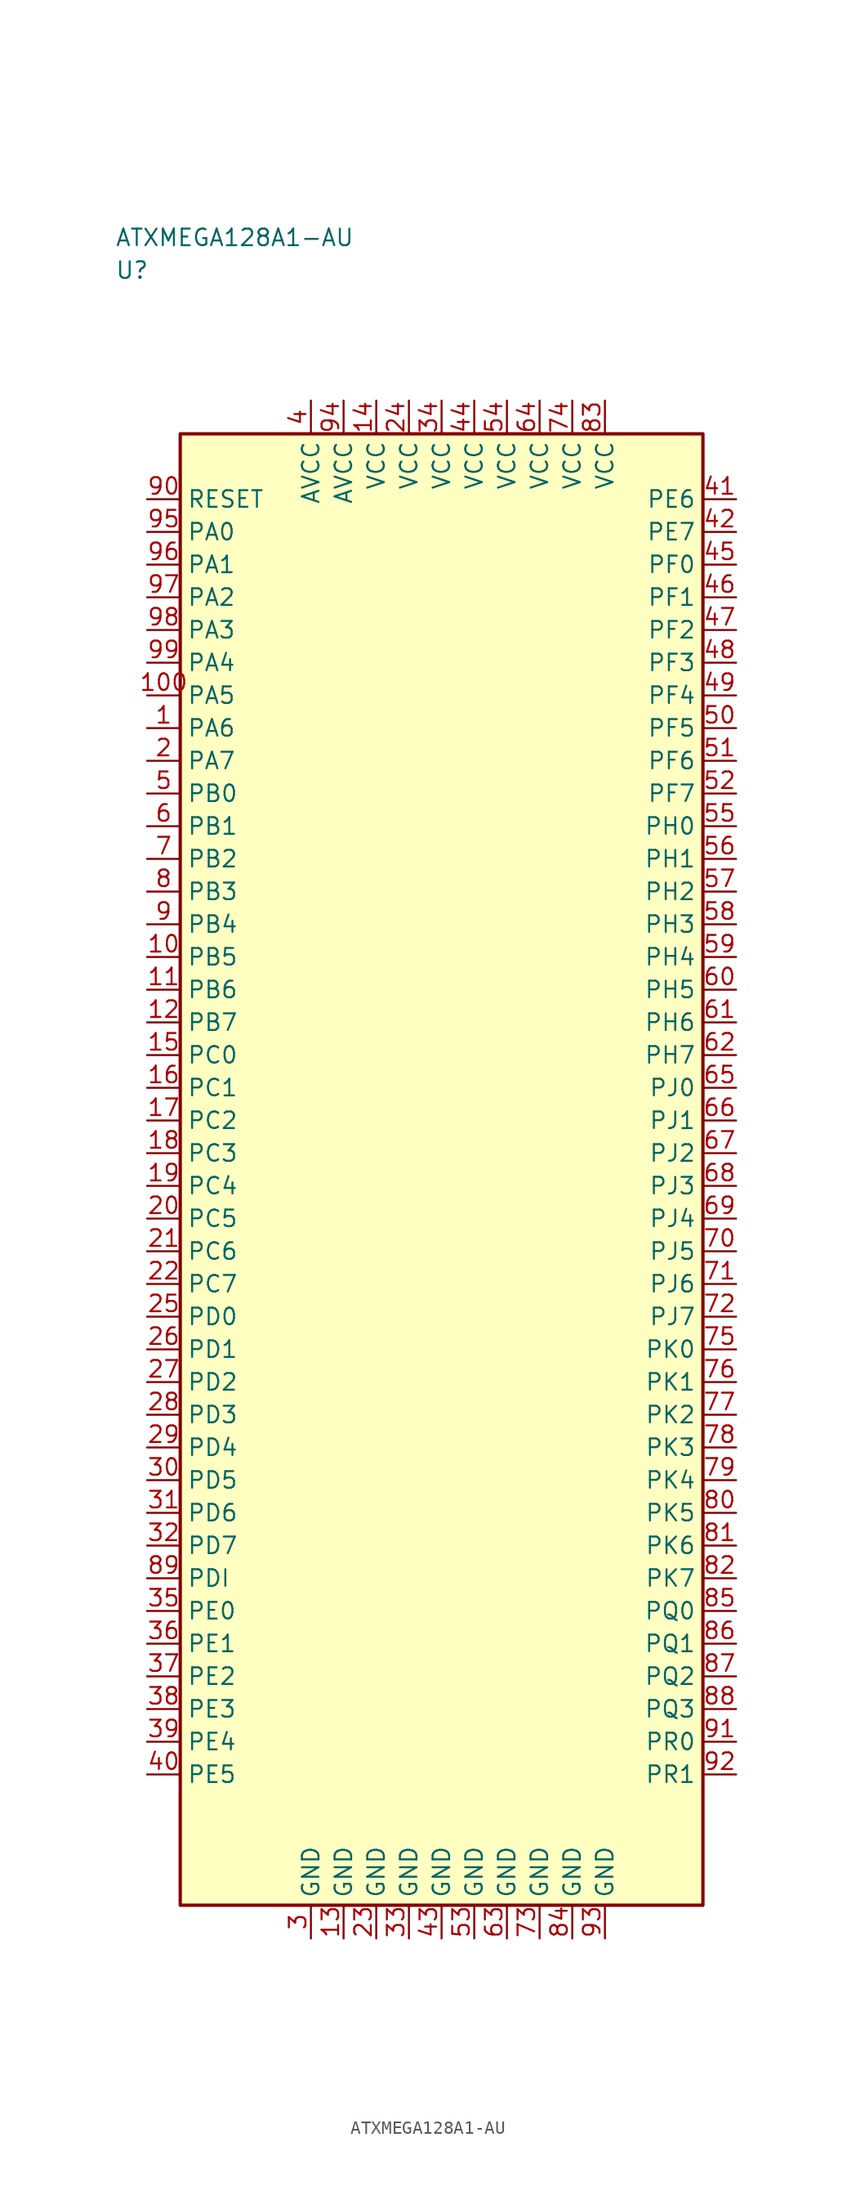
<source format=kicad_sym>
(kicad_symbol_lib
  (version 20241025)
  (generator "kicad_symbol_editor")
  (generator_version "8.0")
  (symbol "ATXMEGA128A1-AU"
    (property "Reference" "U"
      (at -25.0 68.75 0)
      (effects (font (size 1.27 1.27)) (justify left)))
    (property "Value" "ATXMEGA128A1-AU"
      (at -25.0 71.25 0)
      (effects (font (size 1.27 1.27)) (justify left)))
    (symbol "ATXMEGA128A1-AU_0_1"
      (rectangle (start -20.0 56.25) (end 20.0 -56.25) (stroke (width 0.254) (type default)) (fill (type background))))
    (symbol "ATXMEGA128A1-AU_1_1"
      (pin bidirectional line (at -22.54 33.75 0.0) (length 2.54) (name "PA6" (effects (font (size 1.27 1.27)))) (number "1" (effects (font (size 1.27 1.27)))))
      (pin bidirectional line (at -22.54 31.25 0.0) (length 2.54) (name "PA7" (effects (font (size 1.27 1.27)))) (number "2" (effects (font (size 1.27 1.27)))))
      (pin passive line (at -10.0 -58.79 90.0) (length 2.54) (name "GND" (effects (font (size 1.27 1.27)))) (number "3" (effects (font (size 1.27 1.27)))))
      (pin power_in line (at -10.0 58.79 270.0) (length 2.54) (name "AVCC" (effects (font (size 1.27 1.27)))) (number "4" (effects (font (size 1.27 1.27)))))
      (pin bidirectional line (at -22.54 28.75 0.0) (length 2.54) (name "PB0" (effects (font (size 1.27 1.27)))) (number "5" (effects (font (size 1.27 1.27)))))
      (pin bidirectional line (at -22.54 26.25 0.0) (length 2.54) (name "PB1" (effects (font (size 1.27 1.27)))) (number "6" (effects (font (size 1.27 1.27)))))
      (pin bidirectional line (at -22.54 23.75 0.0) (length 2.54) (name "PB2" (effects (font (size 1.27 1.27)))) (number "7" (effects (font (size 1.27 1.27)))))
      (pin bidirectional line (at -22.54 21.25 0.0) (length 2.54) (name "PB3" (effects (font (size 1.27 1.27)))) (number "8" (effects (font (size 1.27 1.27)))))
      (pin bidirectional line (at -22.54 18.75 0.0) (length 2.54) (name "PB4" (effects (font (size 1.27 1.27)))) (number "9" (effects (font (size 1.27 1.27)))))
      (pin bidirectional line (at -22.54 16.25 0.0) (length 2.54) (name "PB5" (effects (font (size 1.27 1.27)))) (number "10" (effects (font (size 1.27 1.27)))))
      (pin bidirectional line (at -22.54 13.75 0.0) (length 2.54) (name "PB6" (effects (font (size 1.27 1.27)))) (number "11" (effects (font (size 1.27 1.27)))))
      (pin bidirectional line (at -22.54 11.25 0.0) (length 2.54) (name "PB7" (effects (font (size 1.27 1.27)))) (number "12" (effects (font (size 1.27 1.27)))))
      (pin passive line (at -7.5 -58.79 90.0) (length 2.54) (name "GND" (effects (font (size 1.27 1.27)))) (number "13" (effects (font (size 1.27 1.27)))))
      (pin power_in line (at -5.0 58.79 270.0) (length 2.54) (name "VCC" (effects (font (size 1.27 1.27)))) (number "14" (effects (font (size 1.27 1.27)))))
      (pin bidirectional line (at -22.54 8.75 0.0) (length 2.54) (name "PC0" (effects (font (size 1.27 1.27)))) (number "15" (effects (font (size 1.27 1.27)))))
      (pin bidirectional line (at -22.54 6.25 0.0) (length 2.54) (name "PC1" (effects (font (size 1.27 1.27)))) (number "16" (effects (font (size 1.27 1.27)))))
      (pin bidirectional line (at -22.54 3.75 0.0) (length 2.54) (name "PC2" (effects (font (size 1.27 1.27)))) (number "17" (effects (font (size 1.27 1.27)))))
      (pin bidirectional line (at -22.54 1.25 0.0) (length 2.54) (name "PC3" (effects (font (size 1.27 1.27)))) (number "18" (effects (font (size 1.27 1.27)))))
      (pin bidirectional line (at -22.54 -1.25 0.0) (length 2.54) (name "PC4" (effects (font (size 1.27 1.27)))) (number "19" (effects (font (size 1.27 1.27)))))
      (pin bidirectional line (at -22.54 -3.75 0.0) (length 2.54) (name "PC5" (effects (font (size 1.27 1.27)))) (number "20" (effects (font (size 1.27 1.27)))))
      (pin bidirectional line (at -22.54 -6.25 0.0) (length 2.54) (name "PC6" (effects (font (size 1.27 1.27)))) (number "21" (effects (font (size 1.27 1.27)))))
      (pin bidirectional line (at -22.54 -8.75 0.0) (length 2.54) (name "PC7" (effects (font (size 1.27 1.27)))) (number "22" (effects (font (size 1.27 1.27)))))
      (pin passive line (at -5.0 -58.79 90.0) (length 2.54) (name "GND" (effects (font (size 1.27 1.27)))) (number "23" (effects (font (size 1.27 1.27)))))
      (pin power_in line (at -2.5 58.79 270.0) (length 2.54) (name "VCC" (effects (font (size 1.27 1.27)))) (number "24" (effects (font (size 1.27 1.27)))))
      (pin bidirectional line (at -22.54 -11.25 0.0) (length 2.54) (name "PD0" (effects (font (size 1.27 1.27)))) (number "25" (effects (font (size 1.27 1.27)))))
      (pin bidirectional line (at -22.54 -13.75 0.0) (length 2.54) (name "PD1" (effects (font (size 1.27 1.27)))) (number "26" (effects (font (size 1.27 1.27)))))
      (pin bidirectional line (at -22.54 -16.25 0.0) (length 2.54) (name "PD2" (effects (font (size 1.27 1.27)))) (number "27" (effects (font (size 1.27 1.27)))))
      (pin bidirectional line (at -22.54 -18.75 0.0) (length 2.54) (name "PD3" (effects (font (size 1.27 1.27)))) (number "28" (effects (font (size 1.27 1.27)))))
      (pin bidirectional line (at -22.54 -21.25 0.0) (length 2.54) (name "PD4" (effects (font (size 1.27 1.27)))) (number "29" (effects (font (size 1.27 1.27)))))
      (pin bidirectional line (at -22.54 -23.75 0.0) (length 2.54) (name "PD5" (effects (font (size 1.27 1.27)))) (number "30" (effects (font (size 1.27 1.27)))))
      (pin bidirectional line (at -22.54 -26.25 0.0) (length 2.54) (name "PD6" (effects (font (size 1.27 1.27)))) (number "31" (effects (font (size 1.27 1.27)))))
      (pin bidirectional line (at -22.54 -28.75 0.0) (length 2.54) (name "PD7" (effects (font (size 1.27 1.27)))) (number "32" (effects (font (size 1.27 1.27)))))
      (pin passive line (at -2.5 -58.79 90.0) (length 2.54) (name "GND" (effects (font (size 1.27 1.27)))) (number "33" (effects (font (size 1.27 1.27)))))
      (pin power_in line (at 0.0 58.79 270.0) (length 2.54) (name "VCC" (effects (font (size 1.27 1.27)))) (number "34" (effects (font (size 1.27 1.27)))))
      (pin bidirectional line (at -22.54 -33.75 0.0) (length 2.54) (name "PE0" (effects (font (size 1.27 1.27)))) (number "35" (effects (font (size 1.27 1.27)))))
      (pin bidirectional line (at -22.54 -36.25 0.0) (length 2.54) (name "PE1" (effects (font (size 1.27 1.27)))) (number "36" (effects (font (size 1.27 1.27)))))
      (pin bidirectional line (at -22.54 -38.75 0.0) (length 2.54) (name "PE2" (effects (font (size 1.27 1.27)))) (number "37" (effects (font (size 1.27 1.27)))))
      (pin bidirectional line (at -22.54 -41.25 0.0) (length 2.54) (name "PE3" (effects (font (size 1.27 1.27)))) (number "38" (effects (font (size 1.27 1.27)))))
      (pin bidirectional line (at -22.54 -43.75 0.0) (length 2.54) (name "PE4" (effects (font (size 1.27 1.27)))) (number "39" (effects (font (size 1.27 1.27)))))
      (pin bidirectional line (at -22.54 -46.25 0.0) (length 2.54) (name "PE5" (effects (font (size 1.27 1.27)))) (number "40" (effects (font (size 1.27 1.27)))))
      (pin bidirectional line (at 22.54 51.25 180.0) (length 2.54) (name "PE6" (effects (font (size 1.27 1.27)))) (number "41" (effects (font (size 1.27 1.27)))))
      (pin bidirectional line (at 22.54 48.75 180.0) (length 2.54) (name "PE7" (effects (font (size 1.27 1.27)))) (number "42" (effects (font (size 1.27 1.27)))))
      (pin passive line (at 0.0 -58.79 90.0) (length 2.54) (name "GND" (effects (font (size 1.27 1.27)))) (number "43" (effects (font (size 1.27 1.27)))))
      (pin power_in line (at 2.5 58.79 270.0) (length 2.54) (name "VCC" (effects (font (size 1.27 1.27)))) (number "44" (effects (font (size 1.27 1.27)))))
      (pin bidirectional line (at 22.54 46.25 180.0) (length 2.54) (name "PF0" (effects (font (size 1.27 1.27)))) (number "45" (effects (font (size 1.27 1.27)))))
      (pin bidirectional line (at 22.54 43.75 180.0) (length 2.54) (name "PF1" (effects (font (size 1.27 1.27)))) (number "46" (effects (font (size 1.27 1.27)))))
      (pin bidirectional line (at 22.54 41.25 180.0) (length 2.54) (name "PF2" (effects (font (size 1.27 1.27)))) (number "47" (effects (font (size 1.27 1.27)))))
      (pin bidirectional line (at 22.54 38.75 180.0) (length 2.54) (name "PF3" (effects (font (size 1.27 1.27)))) (number "48" (effects (font (size 1.27 1.27)))))
      (pin bidirectional line (at 22.54 36.25 180.0) (length 2.54) (name "PF4" (effects (font (size 1.27 1.27)))) (number "49" (effects (font (size 1.27 1.27)))))
      (pin bidirectional line (at 22.54 33.75 180.0) (length 2.54) (name "PF5" (effects (font (size 1.27 1.27)))) (number "50" (effects (font (size 1.27 1.27)))))
      (pin bidirectional line (at 22.54 31.25 180.0) (length 2.54) (name "PF6" (effects (font (size 1.27 1.27)))) (number "51" (effects (font (size 1.27 1.27)))))
      (pin bidirectional line (at 22.54 28.75 180.0) (length 2.54) (name "PF7" (effects (font (size 1.27 1.27)))) (number "52" (effects (font (size 1.27 1.27)))))
      (pin passive line (at 2.5 -58.79 90.0) (length 2.54) (name "GND" (effects (font (size 1.27 1.27)))) (number "53" (effects (font (size 1.27 1.27)))))
      (pin power_in line (at 5.0 58.79 270.0) (length 2.54) (name "VCC" (effects (font (size 1.27 1.27)))) (number "54" (effects (font (size 1.27 1.27)))))
      (pin bidirectional line (at 22.54 26.25 180.0) (length 2.54) (name "PH0" (effects (font (size 1.27 1.27)))) (number "55" (effects (font (size 1.27 1.27)))))
      (pin bidirectional line (at 22.54 23.75 180.0) (length 2.54) (name "PH1" (effects (font (size 1.27 1.27)))) (number "56" (effects (font (size 1.27 1.27)))))
      (pin bidirectional line (at 22.54 21.25 180.0) (length 2.54) (name "PH2" (effects (font (size 1.27 1.27)))) (number "57" (effects (font (size 1.27 1.27)))))
      (pin bidirectional line (at 22.54 18.75 180.0) (length 2.54) (name "PH3" (effects (font (size 1.27 1.27)))) (number "58" (effects (font (size 1.27 1.27)))))
      (pin bidirectional line (at 22.54 16.25 180.0) (length 2.54) (name "PH4" (effects (font (size 1.27 1.27)))) (number "59" (effects (font (size 1.27 1.27)))))
      (pin bidirectional line (at 22.54 13.75 180.0) (length 2.54) (name "PH5" (effects (font (size 1.27 1.27)))) (number "60" (effects (font (size 1.27 1.27)))))
      (pin bidirectional line (at 22.54 11.25 180.0) (length 2.54) (name "PH6" (effects (font (size 1.27 1.27)))) (number "61" (effects (font (size 1.27 1.27)))))
      (pin bidirectional line (at 22.54 8.75 180.0) (length 2.54) (name "PH7" (effects (font (size 1.27 1.27)))) (number "62" (effects (font (size 1.27 1.27)))))
      (pin passive line (at 5.0 -58.79 90.0) (length 2.54) (name "GND" (effects (font (size 1.27 1.27)))) (number "63" (effects (font (size 1.27 1.27)))))
      (pin power_in line (at 7.5 58.79 270.0) (length 2.54) (name "VCC" (effects (font (size 1.27 1.27)))) (number "64" (effects (font (size 1.27 1.27)))))
      (pin bidirectional line (at 22.54 6.25 180.0) (length 2.54) (name "PJ0" (effects (font (size 1.27 1.27)))) (number "65" (effects (font (size 1.27 1.27)))))
      (pin bidirectional line (at 22.54 3.75 180.0) (length 2.54) (name "PJ1" (effects (font (size 1.27 1.27)))) (number "66" (effects (font (size 1.27 1.27)))))
      (pin bidirectional line (at 22.54 1.25 180.0) (length 2.54) (name "PJ2" (effects (font (size 1.27 1.27)))) (number "67" (effects (font (size 1.27 1.27)))))
      (pin bidirectional line (at 22.54 -1.25 180.0) (length 2.54) (name "PJ3" (effects (font (size 1.27 1.27)))) (number "68" (effects (font (size 1.27 1.27)))))
      (pin bidirectional line (at 22.54 -3.75 180.0) (length 2.54) (name "PJ4" (effects (font (size 1.27 1.27)))) (number "69" (effects (font (size 1.27 1.27)))))
      (pin bidirectional line (at 22.54 -6.25 180.0) (length 2.54) (name "PJ5" (effects (font (size 1.27 1.27)))) (number "70" (effects (font (size 1.27 1.27)))))
      (pin bidirectional line (at 22.54 -8.75 180.0) (length 2.54) (name "PJ6" (effects (font (size 1.27 1.27)))) (number "71" (effects (font (size 1.27 1.27)))))
      (pin bidirectional line (at 22.54 -11.25 180.0) (length 2.54) (name "PJ7" (effects (font (size 1.27 1.27)))) (number "72" (effects (font (size 1.27 1.27)))))
      (pin passive line (at 7.5 -58.79 90.0) (length 2.54) (name "GND" (effects (font (size 1.27 1.27)))) (number "73" (effects (font (size 1.27 1.27)))))
      (pin power_in line (at 10.0 58.79 270.0) (length 2.54) (name "VCC" (effects (font (size 1.27 1.27)))) (number "74" (effects (font (size 1.27 1.27)))))
      (pin bidirectional line (at 22.54 -13.75 180.0) (length 2.54) (name "PK0" (effects (font (size 1.27 1.27)))) (number "75" (effects (font (size 1.27 1.27)))))
      (pin bidirectional line (at 22.54 -16.25 180.0) (length 2.54) (name "PK1" (effects (font (size 1.27 1.27)))) (number "76" (effects (font (size 1.27 1.27)))))
      (pin bidirectional line (at 22.54 -18.75 180.0) (length 2.54) (name "PK2" (effects (font (size 1.27 1.27)))) (number "77" (effects (font (size 1.27 1.27)))))
      (pin bidirectional line (at 22.54 -21.25 180.0) (length 2.54) (name "PK3" (effects (font (size 1.27 1.27)))) (number "78" (effects (font (size 1.27 1.27)))))
      (pin bidirectional line (at 22.54 -23.75 180.0) (length 2.54) (name "PK4" (effects (font (size 1.27 1.27)))) (number "79" (effects (font (size 1.27 1.27)))))
      (pin bidirectional line (at 22.54 -26.25 180.0) (length 2.54) (name "PK5" (effects (font (size 1.27 1.27)))) (number "80" (effects (font (size 1.27 1.27)))))
      (pin bidirectional line (at 22.54 -28.75 180.0) (length 2.54) (name "PK6" (effects (font (size 1.27 1.27)))) (number "81" (effects (font (size 1.27 1.27)))))
      (pin bidirectional line (at 22.54 -31.25 180.0) (length 2.54) (name "PK7" (effects (font (size 1.27 1.27)))) (number "82" (effects (font (size 1.27 1.27)))))
      (pin power_in line (at 12.5 58.79 270.0) (length 2.54) (name "VCC" (effects (font (size 1.27 1.27)))) (number "83" (effects (font (size 1.27 1.27)))))
      (pin passive line (at 10.0 -58.79 90.0) (length 2.54) (name "GND" (effects (font (size 1.27 1.27)))) (number "84" (effects (font (size 1.27 1.27)))))
      (pin bidirectional line (at 22.54 -33.75 180.0) (length 2.54) (name "PQ0" (effects (font (size 1.27 1.27)))) (number "85" (effects (font (size 1.27 1.27)))))
      (pin bidirectional line (at 22.54 -36.25 180.0) (length 2.54) (name "PQ1" (effects (font (size 1.27 1.27)))) (number "86" (effects (font (size 1.27 1.27)))))
      (pin bidirectional line (at 22.54 -38.75 180.0) (length 2.54) (name "PQ2" (effects (font (size 1.27 1.27)))) (number "87" (effects (font (size 1.27 1.27)))))
      (pin bidirectional line (at 22.54 -41.25 180.0) (length 2.54) (name "PQ3" (effects (font (size 1.27 1.27)))) (number "88" (effects (font (size 1.27 1.27)))))
      (pin bidirectional line (at -22.54 -31.25 0.0) (length 2.54) (name "PDI" (effects (font (size 1.27 1.27)))) (number "89" (effects (font (size 1.27 1.27)))))
      (pin input line (at -22.54 51.25 0.0) (length 2.54) (name "RESET" (effects (font (size 1.27 1.27)))) (number "90" (effects (font (size 1.27 1.27)))))
      (pin bidirectional line (at 22.54 -43.75 180.0) (length 2.54) (name "PR0" (effects (font (size 1.27 1.27)))) (number "91" (effects (font (size 1.27 1.27)))))
      (pin bidirectional line (at 22.54 -46.25 180.0) (length 2.54) (name "PR1" (effects (font (size 1.27 1.27)))) (number "92" (effects (font (size 1.27 1.27)))))
      (pin passive line (at 12.5 -58.79 90.0) (length 2.54) (name "GND" (effects (font (size 1.27 1.27)))) (number "93" (effects (font (size 1.27 1.27)))))
      (pin power_in line (at -7.5 58.79 270.0) (length 2.54) (name "AVCC" (effects (font (size 1.27 1.27)))) (number "94" (effects (font (size 1.27 1.27)))))
      (pin bidirectional line (at -22.54 48.75 0.0) (length 2.54) (name "PA0" (effects (font (size 1.27 1.27)))) (number "95" (effects (font (size 1.27 1.27)))))
      (pin bidirectional line (at -22.54 46.25 0.0) (length 2.54) (name "PA1" (effects (font (size 1.27 1.27)))) (number "96" (effects (font (size 1.27 1.27)))))
      (pin bidirectional line (at -22.54 43.75 0.0) (length 2.54) (name "PA2" (effects (font (size 1.27 1.27)))) (number "97" (effects (font (size 1.27 1.27)))))
      (pin bidirectional line (at -22.54 41.25 0.0) (length 2.54) (name "PA3" (effects (font (size 1.27 1.27)))) (number "98" (effects (font (size 1.27 1.27)))))
      (pin bidirectional line (at -22.54 38.75 0.0) (length 2.54) (name "PA4" (effects (font (size 1.27 1.27)))) (number "99" (effects (font (size 1.27 1.27)))))
      (pin bidirectional line (at -22.54 36.25 0.0) (length 2.54) (name "PA5" (effects (font (size 1.27 1.27)))) (number "100" (effects (font (size 1.27 1.27))))))))
</source>
